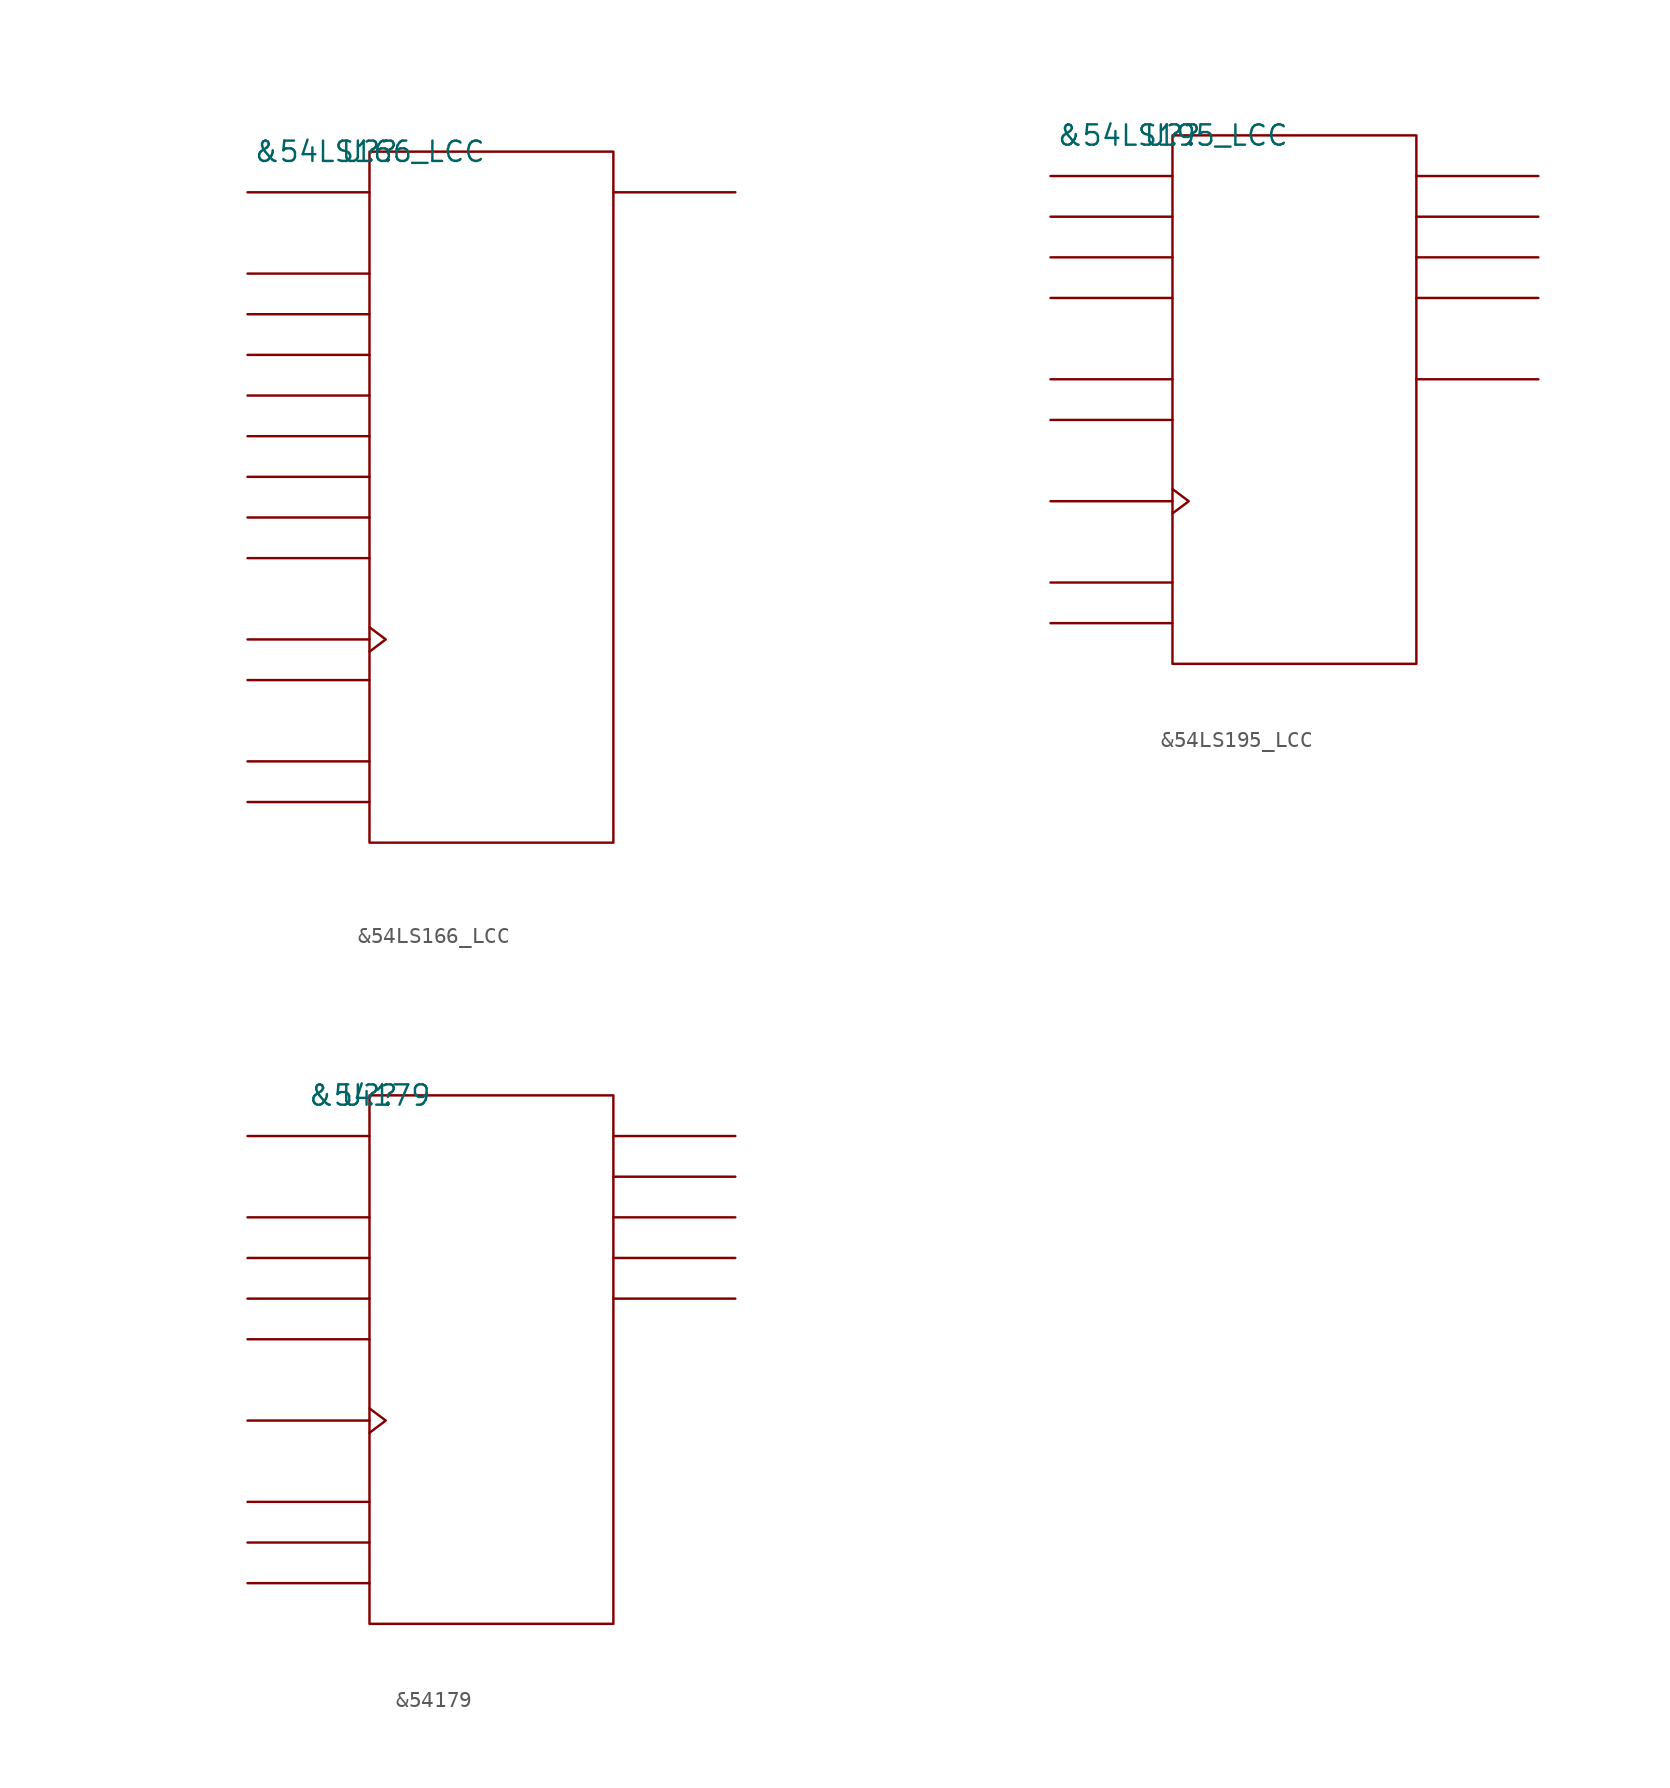
<source format=kicad_sym>
(kicad_symbol_lib
  (version 20211014)
  (generator kicad_symbol_editor)
  (symbol "&54LS166_LCC"
    (pin_names
      (offset 0.762))
    (property "Reference" "U?"
      (at 0 0 0)
      (effects (font (size 1.27 1.27))))
    (property "Value" "&54LS166_LCC"
      (at 0 0 0)
      (effects (font (size 1.27 1.27))))
    (symbol "&54LS166_LCC_0_1"
      (rectangle (start 0 -43.18) (end 15.24 0) (stroke (width 0) (type default) (color 0 0 0 0)) (fill (type none)))
      (polyline (pts (xy 0 -40.64) (xy -7.62 -40.64)) (stroke (width 0) (type default) (color 0 0 0 0)) (fill (type none)))
      (polyline (pts (xy 0 -38.1) (xy -7.62 -38.1)) (stroke (width 0) (type default) (color 0 0 0 0)) (fill (type none)))
      (polyline (pts (xy 0 -33.02) (xy -7.62 -33.02)) (stroke (width 0) (type default) (color 0 0 0 0)) (fill (type none)))
      (polyline (pts (xy 0 -30.48) (xy -7.62 -30.48)) (stroke (width 0) (type default) (color 0 0 0 0)) (fill (type none)))
      (polyline (pts (xy 0 -25.4) (xy -7.62 -25.4)) (stroke (width 0) (type default) (color 0 0 0 0)) (fill (type none)))
      (polyline (pts (xy 0 -22.86) (xy -7.62 -22.86)) (stroke (width 0) (type default) (color 0 0 0 0)) (fill (type none)))
      (polyline (pts (xy 0 -20.32) (xy -7.62 -20.32)) (stroke (width 0) (type default) (color 0 0 0 0)) (fill (type none)))
      (polyline (pts (xy 0 -17.78) (xy -7.62 -17.78)) (stroke (width 0) (type default) (color 0 0 0 0)) (fill (type none)))
      (polyline (pts (xy 0 -15.24) (xy -7.62 -15.24)) (stroke (width 0) (type default) (color 0 0 0 0)) (fill (type none)))
      (polyline (pts (xy 0 -12.7) (xy -7.62 -12.7)) (stroke (width 0) (type default) (color 0 0 0 0)) (fill (type none)))
      (polyline (pts (xy 0 -10.16) (xy -7.62 -10.16)) (stroke (width 0) (type default) (color 0 0 0 0)) (fill (type none)))
      (polyline (pts (xy 0 -7.62) (xy -7.62 -7.62)) (stroke (width 0) (type default) (color 0 0 0 0)) (fill (type none)))
      (polyline (pts (xy 0 -2.54) (xy -7.62 -2.54)) (stroke (width 0) (type default) (color 0 0 0 0)) (fill (type none)))
      (polyline (pts (xy 15.24 -2.54) (xy 22.86 -2.54)) (stroke (width 0) (type default) (color 0 0 0 0)) (fill (type none)))
      (polyline (pts (xy 0 -29.718) (xy 1.016 -30.48) (xy 0 -31.242)) (stroke (width 0) (type default) (color 0 0 0 0)) (fill (type none))))
    (symbol "&54LS166_LCC_1_1"
      (pin power_in line (at 12.7 -43.18 180) (length 7.62) hide (name "GND" (effects (font (size 1.245 1.245)))) (number "10" (effects (font (size 1.245 1.245)))))
      (pin unspecified line (at -7.62 -40.64 0) (length 7.62) hide (name "C\\L\\R\\" (effects (font (size 1.245 1.245)))) (number "12" (effects (font (size 1.245 1.245)))))
      (pin unspecified line (at -7.62 -17.78 0) (length 7.62) hide (name "E" (effects (font (size 1.245 1.245)))) (number "13" (effects (font (size 1.245 1.245)))))
      (pin unspecified line (at -7.62 -20.32 0) (length 7.62) hide (name "F" (effects (font (size 1.245 1.245)))) (number "14" (effects (font (size 1.245 1.245)))))
      (pin unspecified line (at -7.62 -22.86 0) (length 7.62) hide (name "G" (effects (font (size 1.245 1.245)))) (number "15" (effects (font (size 1.245 1.245)))))
      (pin unspecified line (at 22.86 -2.54 180) (length 7.62) hide (name "QH" (effects (font (size 1.245 1.245)))) (number "17" (effects (font (size 1.245 1.245)))))
      (pin unspecified line (at -7.62 -25.4 0) (length 7.62) hide (name "H" (effects (font (size 1.245 1.245)))) (number "18" (effects (font (size 1.245 1.245)))))
      (pin unspecified line (at -7.62 -38.1 0) (length 7.62) hide (name "SH/L\\D\\" (effects (font (size 1.245 1.245)))) (number "19" (effects (font (size 1.245 1.245)))))
      (pin unspecified line (at -7.62 -2.54 0) (length 7.62) hide (name "SDI" (effects (font (size 1.245 1.245)))) (number "2" (effects (font (size 1.245 1.245)))))
      (pin power_in line (at 7.62 0 0) (length 7.62) hide (name "VCC" (effects (font (size 1.245 1.245)))) (number "20" (effects (font (size 1.245 1.245)))))
      (pin unspecified line (at -7.62 -7.62 0) (length 7.62) hide (name "A" (effects (font (size 1.245 1.245)))) (number "3" (effects (font (size 1.245 1.245)))))
      (pin unspecified line (at -7.62 -10.16 0) (length 7.62) hide (name "B" (effects (font (size 1.245 1.245)))) (number "4" (effects (font (size 1.245 1.245)))))
      (pin unspecified line (at -7.62 -12.7 0) (length 7.62) hide (name "C" (effects (font (size 1.245 1.245)))) (number "5" (effects (font (size 1.245 1.245)))))
      (pin unspecified line (at -7.62 -15.24 0) (length 7.62) hide (name "D" (effects (font (size 1.245 1.245)))) (number "7" (effects (font (size 1.245 1.245)))))
      (pin unspecified line (at -7.62 -33.02 0) (length 7.62) hide (name "CLKINH" (effects (font (size 1.245 1.245)))) (number "8" (effects (font (size 1.245 1.245)))))
      (pin unspecified line (at -7.62 -30.48 180) (length 7.62) hide (name "CLK" (effects (font (size 1.245 1.245)))) (number "9" (effects (font (size 1.245 1.245)))))))
  (symbol "&54LS195_LCC"
    (pin_names
      (offset 0.762))
    (property "Reference" "U?"
      (at 0 0 0)
      (effects (font (size 1.27 1.27))))
    (property "Value" "&54LS195_LCC"
      (at 0 0 0)
      (effects (font (size 1.27 1.27))))
    (symbol "&54LS195_LCC_0_1"
      (rectangle (start 0 -33.02) (end 15.24 0) (stroke (width 0) (type default) (color 0 0 0 0)) (fill (type none)))
      (polyline (pts (xy 0 -30.48) (xy -7.62 -30.48)) (stroke (width 0) (type default) (color 0 0 0 0)) (fill (type none)))
      (polyline (pts (xy 0 -27.94) (xy -7.62 -27.94)) (stroke (width 0) (type default) (color 0 0 0 0)) (fill (type none)))
      (polyline (pts (xy 0 -22.86) (xy -7.62 -22.86)) (stroke (width 0) (type default) (color 0 0 0 0)) (fill (type none)))
      (polyline (pts (xy 0 -17.78) (xy -7.62 -17.78)) (stroke (width 0) (type default) (color 0 0 0 0)) (fill (type none)))
      (polyline (pts (xy 0 -15.24) (xy -7.62 -15.24)) (stroke (width 0) (type default) (color 0 0 0 0)) (fill (type none)))
      (polyline (pts (xy 0 -10.16) (xy -7.62 -10.16)) (stroke (width 0) (type default) (color 0 0 0 0)) (fill (type none)))
      (polyline (pts (xy 0 -7.62) (xy -7.62 -7.62)) (stroke (width 0) (type default) (color 0 0 0 0)) (fill (type none)))
      (polyline (pts (xy 0 -5.08) (xy -7.62 -5.08)) (stroke (width 0) (type default) (color 0 0 0 0)) (fill (type none)))
      (polyline (pts (xy 0 -2.54) (xy -7.62 -2.54)) (stroke (width 0) (type default) (color 0 0 0 0)) (fill (type none)))
      (polyline (pts (xy 15.24 -15.24) (xy 22.86 -15.24)) (stroke (width 0) (type default) (color 0 0 0 0)) (fill (type none)))
      (polyline (pts (xy 15.24 -10.16) (xy 22.86 -10.16)) (stroke (width 0) (type default) (color 0 0 0 0)) (fill (type none)))
      (polyline (pts (xy 15.24 -7.62) (xy 22.86 -7.62)) (stroke (width 0) (type default) (color 0 0 0 0)) (fill (type none)))
      (polyline (pts (xy 15.24 -5.08) (xy 22.86 -5.08)) (stroke (width 0) (type default) (color 0 0 0 0)) (fill (type none)))
      (polyline (pts (xy 15.24 -2.54) (xy 22.86 -2.54)) (stroke (width 0) (type default) (color 0 0 0 0)) (fill (type none)))
      (polyline (pts (xy 0 -22.098) (xy 1.016 -22.86) (xy 0 -23.622)) (stroke (width 0) (type default) (color 0 0 0 0)) (fill (type none))))
    (symbol "&54LS195_LCC_1_1"
      (pin power_in line (at 10.16 -33.02 0) (length 7.62) hide (name "GND" (effects (font (size 1.245 1.245)))) (number "10" (effects (font (size 1.245 1.245)))))
      (pin unspecified line (at -7.62 -30.48 0) (length 7.62) hide (name "SH/L\\D\\" (effects (font (size 1.245 1.245)))) (number "12" (effects (font (size 1.245 1.245)))))
      (pin unspecified line (at -7.62 -22.86 180) (length 7.62) hide (name "CLK" (effects (font (size 1.245 1.245)))) (number "13" (effects (font (size 1.245 1.245)))))
      (pin unspecified line (at 22.86 -15.24 180) (length 7.62) hide (name "Q\\D\\" (effects (font (size 1.245 1.245)))) (number "14" (effects (font (size 1.245 1.245)))))
      (pin unspecified line (at 22.86 -10.16 180) (length 7.62) hide (name "QD" (effects (font (size 1.245 1.245)))) (number "15" (effects (font (size 1.245 1.245)))))
      (pin unspecified line (at 22.86 -7.62 180) (length 7.62) hide (name "QC" (effects (font (size 1.245 1.245)))) (number "17" (effects (font (size 1.245 1.245)))))
      (pin unspecified line (at 22.86 -5.08 180) (length 7.62) hide (name "QB" (effects (font (size 1.245 1.245)))) (number "18" (effects (font (size 1.245 1.245)))))
      (pin unspecified line (at 22.86 -2.54 180) (length 7.62) hide (name "QA" (effects (font (size 1.245 1.245)))) (number "19" (effects (font (size 1.245 1.245)))))
      (pin unspecified line (at -7.62 -27.94 0) (length 7.62) hide (name "C\\L\\R\\" (effects (font (size 1.245 1.245)))) (number "2" (effects (font (size 1.245 1.245)))))
      (pin power_in line (at 7.62 0 180) (length 7.62) hide (name "VCC" (effects (font (size 1.245 1.245)))) (number "20" (effects (font (size 1.245 1.245)))))
      (pin unspecified line (at -7.62 -15.24 0) (length 7.62) hide (name "J" (effects (font (size 1.245 1.245)))) (number "3" (effects (font (size 1.245 1.245)))))
      (pin unspecified line (at -7.62 -17.78 0) (length 7.62) hide (name "K\\" (effects (font (size 1.245 1.245)))) (number "4" (effects (font (size 1.245 1.245)))))
      (pin unspecified line (at -7.62 -2.54 0) (length 7.62) hide (name "A" (effects (font (size 1.245 1.245)))) (number "5" (effects (font (size 1.245 1.245)))))
      (pin unspecified line (at -7.62 -5.08 0) (length 7.62) hide (name "B" (effects (font (size 1.245 1.245)))) (number "7" (effects (font (size 1.245 1.245)))))
      (pin unspecified line (at -7.62 -7.62 0) (length 7.62) hide (name "C" (effects (font (size 1.245 1.245)))) (number "8" (effects (font (size 1.245 1.245)))))
      (pin unspecified line (at -7.62 -10.16 0) (length 7.62) hide (name "D" (effects (font (size 1.245 1.245)))) (number "9" (effects (font (size 1.245 1.245)))))))
  (symbol "&54179"
    (pin_names
      (offset 0.762))
    (property "Reference" "U?"
      (at 0 0 0)
      (effects (font (size 1.27 1.27))))
    (property "Value" "&54179"
      (at 0 0 0)
      (effects (font (size 1.27 1.27))))
    (symbol "&54179_0_1"
      (rectangle (start 0 -33.02) (end 15.24 0) (stroke (width 0) (type default) (color 0 0 0 0)) (fill (type none)))
      (polyline (pts (xy 0 -30.48) (xy -7.62 -30.48)) (stroke (width 0) (type default) (color 0 0 0 0)) (fill (type none)))
      (polyline (pts (xy 0 -27.94) (xy -7.62 -27.94)) (stroke (width 0) (type default) (color 0 0 0 0)) (fill (type none)))
      (polyline (pts (xy 0 -25.4) (xy -7.62 -25.4)) (stroke (width 0) (type default) (color 0 0 0 0)) (fill (type none)))
      (polyline (pts (xy 0 -20.32) (xy -7.62 -20.32)) (stroke (width 0) (type default) (color 0 0 0 0)) (fill (type none)))
      (polyline (pts (xy 0 -15.24) (xy -7.62 -15.24)) (stroke (width 0) (type default) (color 0 0 0 0)) (fill (type none)))
      (polyline (pts (xy 0 -12.7) (xy -7.62 -12.7)) (stroke (width 0) (type default) (color 0 0 0 0)) (fill (type none)))
      (polyline (pts (xy 0 -10.16) (xy -7.62 -10.16)) (stroke (width 0) (type default) (color 0 0 0 0)) (fill (type none)))
      (polyline (pts (xy 0 -7.62) (xy -7.62 -7.62)) (stroke (width 0) (type default) (color 0 0 0 0)) (fill (type none)))
      (polyline (pts (xy 0 -2.54) (xy -7.62 -2.54)) (stroke (width 0) (type default) (color 0 0 0 0)) (fill (type none)))
      (polyline (pts (xy 15.24 -12.7) (xy 22.86 -12.7)) (stroke (width 0) (type default) (color 0 0 0 0)) (fill (type none)))
      (polyline (pts (xy 15.24 -10.16) (xy 22.86 -10.16)) (stroke (width 0) (type default) (color 0 0 0 0)) (fill (type none)))
      (polyline (pts (xy 15.24 -7.62) (xy 22.86 -7.62)) (stroke (width 0) (type default) (color 0 0 0 0)) (fill (type none)))
      (polyline (pts (xy 15.24 -5.08) (xy 22.86 -5.08)) (stroke (width 0) (type default) (color 0 0 0 0)) (fill (type none)))
      (polyline (pts (xy 15.24 -2.54) (xy 22.86 -2.54)) (stroke (width 0) (type default) (color 0 0 0 0)) (fill (type none)))
      (polyline (pts (xy 0 -19.558) (xy 1.016 -20.32) (xy 0 -21.082)) (stroke (width 0) (type default) (color 0 0 0 0)) (fill (type none))))
    (symbol "&54179_1_1"
      (pin unspecified line (at -7.62 -25.4 0) (length 7.62) hide (name "C\\L\\R\\" (effects (font (size 1.245 1.245)))) (number "1" (effects (font (size 1.245 1.245)))))
      (pin unspecified line (at -7.62 -27.94 0) (length 7.62) hide (name "LOAD" (effects (font (size 1.245 1.245)))) (number "10" (effects (font (size 1.245 1.245)))))
      (pin unspecified line (at 22.86 -10.16 180) (length 7.62) hide (name "Q3" (effects (font (size 1.245 1.245)))) (number "11" (effects (font (size 1.245 1.245)))))
      (pin unspecified line (at 22.86 -12.7 180) (length 7.62) hide (name "Q\\3\\" (effects (font (size 1.245 1.245)))) (number "12" (effects (font (size 1.245 1.245)))))
      (pin unspecified line (at -7.62 -30.48 0) (length 7.62) hide (name "SHIFT" (effects (font (size 1.245 1.245)))) (number "13" (effects (font (size 1.245 1.245)))))
      (pin unspecified line (at -7.62 -15.24 0) (length 7.62) hide (name "D3" (effects (font (size 1.245 1.245)))) (number "14" (effects (font (size 1.245 1.245)))))
      (pin unspecified line (at -7.62 -12.7 0) (length 7.62) hide (name "D2" (effects (font (size 1.245 1.245)))) (number "15" (effects (font (size 1.245 1.245)))))
      (pin power_in line (at 7.62 0 0) (length 7.62) hide (name "VCC" (effects (font (size 1.245 1.245)))) (number "16" (effects (font (size 1.245 1.245)))))
      (pin unspecified line (at -7.62 -10.16 0) (length 7.62) hide (name "D1" (effects (font (size 1.245 1.245)))) (number "2" (effects (font (size 1.245 1.245)))))
      (pin unspecified line (at -7.62 -7.62 0) (length 7.62) hide (name "D0" (effects (font (size 1.245 1.245)))) (number "3" (effects (font (size 1.245 1.245)))))
      (pin unspecified line (at -7.62 -2.54 0) (length 7.62) hide (name "SDI" (effects (font (size 1.245 1.245)))) (number "4" (effects (font (size 1.245 1.245)))))
      (pin unspecified line (at 22.86 -2.54 180) (length 7.62) hide (name "Q0" (effects (font (size 1.245 1.245)))) (number "5" (effects (font (size 1.245 1.245)))))
      (pin unspecified line (at -7.62 -20.32 180) (length 7.62) hide (name "CLK" (effects (font (size 1.245 1.245)))) (number "6" (effects (font (size 1.245 1.245)))))
      (pin unspecified line (at 22.86 -5.08 180) (length 7.62) hide (name "Q1" (effects (font (size 1.245 1.245)))) (number "7" (effects (font (size 1.245 1.245)))))
      (pin power_in line (at 10.16 -33.02 180) (length 7.62) hide (name "GND" (effects (font (size 1.245 1.245)))) (number "8" (effects (font (size 1.245 1.245)))))
      (pin unspecified line (at 22.86 -7.62 180) (length 7.62) hide (name "Q2" (effects (font (size 1.245 1.245)))) (number "9" (effects (font (size 1.245 1.245))))))))
</source>
